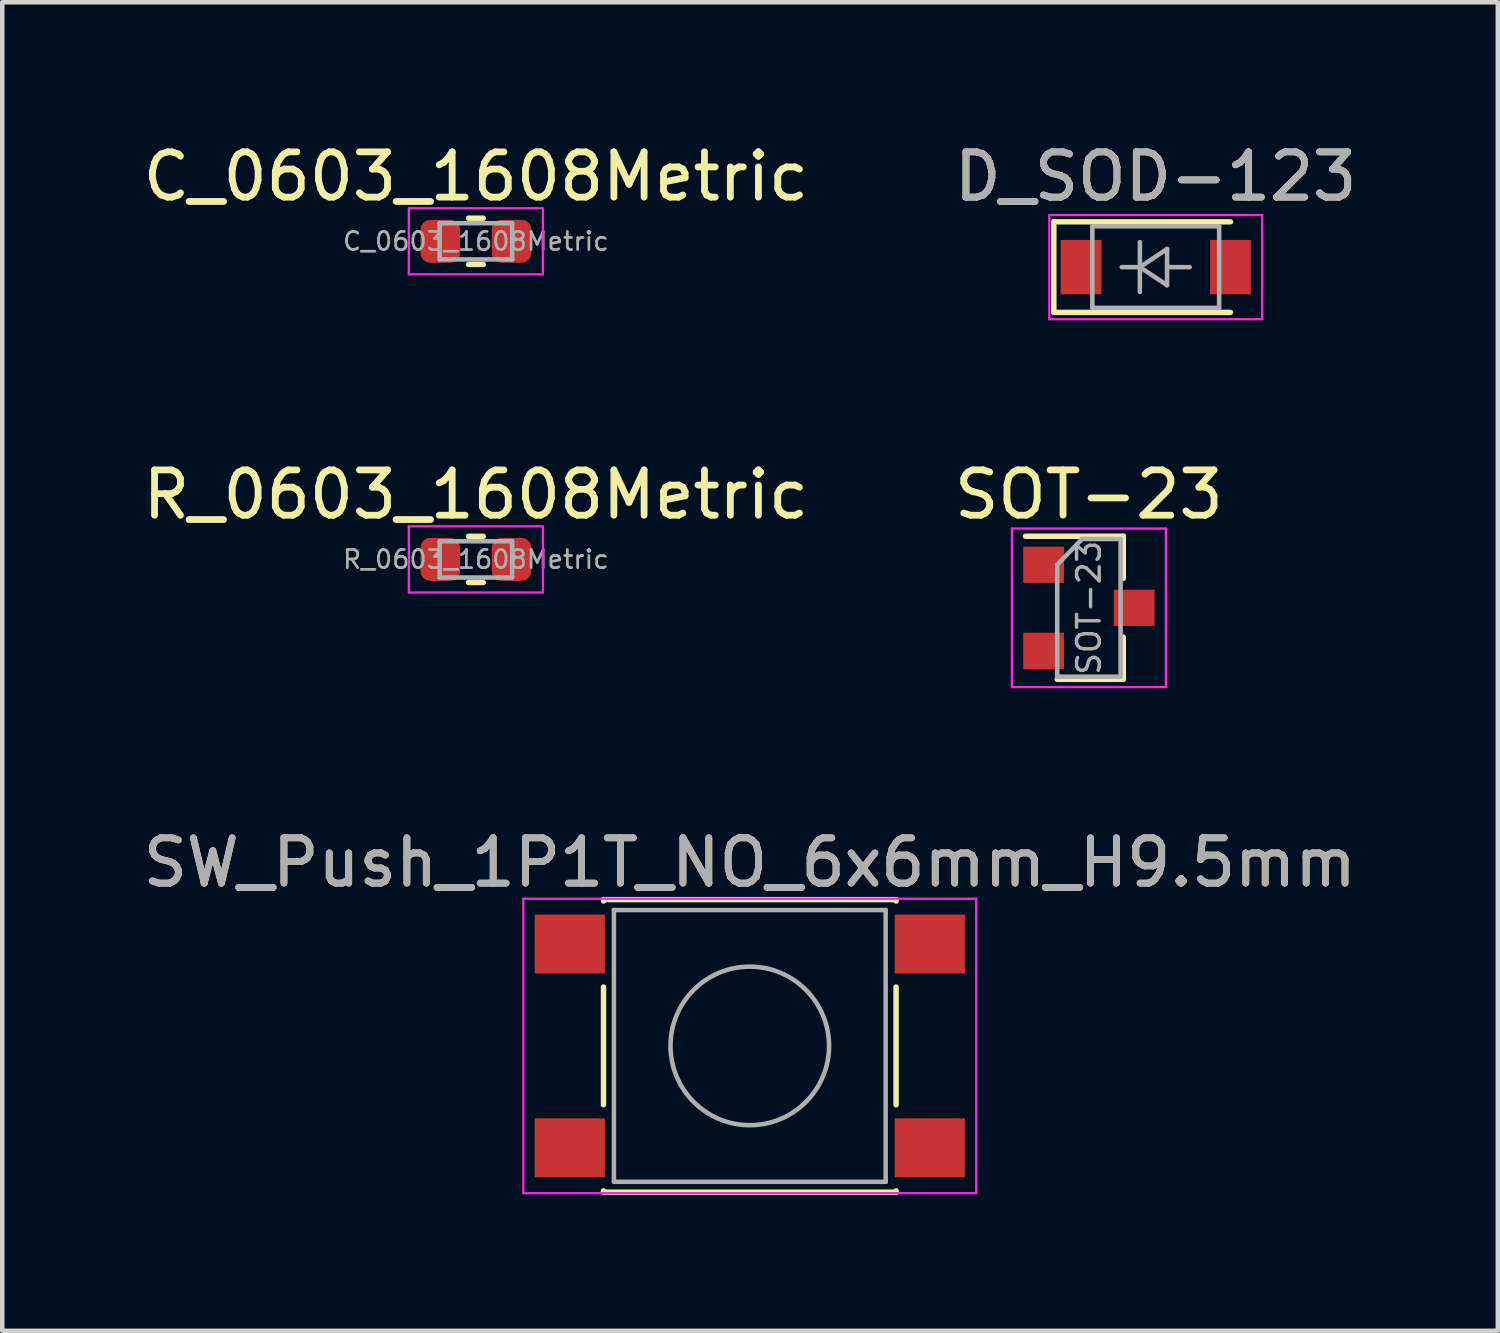
<source format=kicad_pcb>
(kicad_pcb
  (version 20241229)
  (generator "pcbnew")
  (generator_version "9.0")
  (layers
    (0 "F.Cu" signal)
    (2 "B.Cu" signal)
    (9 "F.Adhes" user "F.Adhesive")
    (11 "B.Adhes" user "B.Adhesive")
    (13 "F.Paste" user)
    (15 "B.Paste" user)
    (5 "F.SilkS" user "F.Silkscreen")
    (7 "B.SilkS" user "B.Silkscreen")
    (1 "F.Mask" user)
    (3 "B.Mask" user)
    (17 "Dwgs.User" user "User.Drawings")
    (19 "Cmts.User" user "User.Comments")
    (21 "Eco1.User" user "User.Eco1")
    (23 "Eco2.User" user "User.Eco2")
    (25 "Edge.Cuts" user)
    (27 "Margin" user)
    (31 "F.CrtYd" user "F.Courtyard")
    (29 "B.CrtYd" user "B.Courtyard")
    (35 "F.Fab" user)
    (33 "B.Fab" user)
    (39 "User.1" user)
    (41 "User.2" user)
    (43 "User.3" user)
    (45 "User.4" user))
  (footprint "R_0603_1608Metric"
    (layer "F.Cu")
    (at 7.458 9.302)
    (property "Reference" "R_0603_1608Metric" (at 0 -1.43 0) (layer "F.SilkS") (effects (font (size 1 1) (thickness 0.15))))
    (attr smd)
    (fp_line (start -0.163 -0.51) (end 0.163 -0.51) (stroke (width 0.12) (type solid)) (layer "F.SilkS"))
    (fp_line (start -0.163 0.51) (end 0.163 0.51) (stroke (width 0.12) (type solid)) (layer "F.SilkS"))
    (fp_line (start -1.48 -0.73) (end 1.48 -0.73) (stroke (width 0.05) (type solid)) (layer "F.CrtYd"))
    (fp_line (start -1.48 0.73) (end -1.48 -0.73) (stroke (width 0.05) (type solid)) (layer "F.CrtYd"))
    (fp_line (start 1.48 -0.73) (end 1.48 0.73) (stroke (width 0.05) (type solid)) (layer "F.CrtYd"))
    (fp_line (start 1.48 0.73) (end -1.48 0.73) (stroke (width 0.05) (type solid)) (layer "F.CrtYd"))
    (fp_line (start -0.8 -0.4) (end 0.8 -0.4) (stroke (width 0.1) (type solid)) (layer "F.Fab"))
    (fp_line (start -0.8 0.4) (end -0.8 -0.4) (stroke (width 0.1) (type solid)) (layer "F.Fab"))
    (fp_line (start 0.8 -0.4) (end 0.8 0.4) (stroke (width 0.1) (type solid)) (layer "F.Fab"))
    (fp_line (start 0.8 0.4) (end -0.8 0.4) (stroke (width 0.1) (type solid)) (layer "F.Fab"))
    (fp_text user "${REFERENCE}" (at 0 0 0) (layer "F.Fab") (effects (font (size 0.4 0.4) (thickness 0.06))))
    (pad "1" smd roundrect (at -0.787 0) (size 0.875 0.95) (layers "F.Cu" "F.Mask" "F.Paste") (roundrect_rratio 0.25))
    (pad "2" smd roundrect (at 0.787 0) (size 0.875 0.95) (layers "F.Cu" "F.Mask" "F.Paste") (roundrect_rratio 0.25)))
  (footprint "SOT-23"
    (layer "F.Cu")
    (at 20.994 10.371)
    (property "Reference" "SOT-23" (at 0 -2.5 0) (layer "F.SilkS") (effects (font (size 1 1) (thickness 0.15))))
    (attr smd)
    (fp_line (start 0.76 -1.58) (end -1.4 -1.58) (stroke (width 0.12) (type solid)) (layer "F.SilkS"))
    (fp_line (start 0.76 -1.58) (end 0.76 -0.65) (stroke (width 0.12) (type solid)) (layer "F.SilkS"))
    (fp_line (start 0.76 1.58) (end -0.7 1.58) (stroke (width 0.12) (type solid)) (layer "F.SilkS"))
    (fp_line (start 0.76 1.58) (end 0.76 0.65) (stroke (width 0.12) (type solid)) (layer "F.SilkS"))
    (fp_line (start -1.7 -1.75) (end 1.7 -1.75) (stroke (width 0.05) (type solid)) (layer "F.CrtYd"))
    (fp_line (start -1.7 1.75) (end -1.7 -1.75) (stroke (width 0.05) (type solid)) (layer "F.CrtYd"))
    (fp_line (start 1.7 -1.75) (end 1.7 1.75) (stroke (width 0.05) (type solid)) (layer "F.CrtYd"))
    (fp_line (start 1.7 1.75) (end -1.7 1.75) (stroke (width 0.05) (type solid)) (layer "F.CrtYd"))
    (fp_line (start -0.7 -0.95) (end -0.7 1.5) (stroke (width 0.1) (type solid)) (layer "F.Fab"))
    (fp_line (start -0.7 -0.95) (end -0.15 -1.52) (stroke (width 0.1) (type solid)) (layer "F.Fab"))
    (fp_line (start -0.7 1.52) (end 0.7 1.52) (stroke (width 0.1) (type solid)) (layer "F.Fab"))
    (fp_line (start -0.15 -1.52) (end 0.7 -1.52) (stroke (width 0.1) (type solid)) (layer "F.Fab"))
    (fp_line (start 0.7 -1.52) (end 0.7 1.52) (stroke (width 0.1) (type solid)) (layer "F.Fab"))
    (fp_text user "${REFERENCE}" (at 0 0 90) (layer "F.Fab") (effects (font (size 0.5 0.5) (thickness 0.075))))
    (pad "1" smd rect (at -1 -0.95) (size 0.9 0.8) (layers "F.Cu" "F.Mask" "F.Paste"))
    (pad "2" smd rect (at -1 0.95) (size 0.9 0.8) (layers "F.Cu" "F.Mask" "F.Paste"))
    (pad "3" smd rect (at 1 0) (size 0.9 0.8) (layers "F.Cu" "F.Mask" "F.Paste")))
  (footprint "C_0603_1608Metric"
    (layer "F.Cu")
    (at 7.458 2.278)
    (property "Reference" "C_0603_1608Metric" (at 0 -1.43 0) (layer "F.SilkS") (effects (font (size 1 1) (thickness 0.15))))
    (attr smd)
    (fp_line (start -0.163 -0.51) (end 0.163 -0.51) (stroke (width 0.12) (type solid)) (layer "F.SilkS"))
    (fp_line (start -0.163 0.51) (end 0.163 0.51) (stroke (width 0.12) (type solid)) (layer "F.SilkS"))
    (fp_line (start -1.48 -0.73) (end 1.48 -0.73) (stroke (width 0.05) (type solid)) (layer "F.CrtYd"))
    (fp_line (start -1.48 0.73) (end -1.48 -0.73) (stroke (width 0.05) (type solid)) (layer "F.CrtYd"))
    (fp_line (start 1.48 -0.73) (end 1.48 0.73) (stroke (width 0.05) (type solid)) (layer "F.CrtYd"))
    (fp_line (start 1.48 0.73) (end -1.48 0.73) (stroke (width 0.05) (type solid)) (layer "F.CrtYd"))
    (fp_line (start -0.8 -0.4) (end 0.8 -0.4) (stroke (width 0.1) (type solid)) (layer "F.Fab"))
    (fp_line (start -0.8 0.4) (end -0.8 -0.4) (stroke (width 0.1) (type solid)) (layer "F.Fab"))
    (fp_line (start 0.8 -0.4) (end 0.8 0.4) (stroke (width 0.1) (type solid)) (layer "F.Fab"))
    (fp_line (start 0.8 0.4) (end -0.8 0.4) (stroke (width 0.1) (type solid)) (layer "F.Fab"))
    (fp_text user "${REFERENCE}" (at 0 0 0) (layer "F.Fab") (effects (font (size 0.4 0.4) (thickness 0.06))))
    (pad "1" smd roundrect (at -0.787 0) (size 0.875 0.95) (layers "F.Cu" "F.Mask" "F.Paste") (roundrect_rratio 0.25))
    (pad "2" smd roundrect (at 0.787 0) (size 0.875 0.95) (layers "F.Cu" "F.Mask" "F.Paste") (roundrect_rratio 0.25)))
  (footprint "SW_Push_1P1T_NO_6x6mm_H9.5mm"
    (layer "F.Cu")
    (at 13.506 20.045)
    (property "Reference" "SW_Push_1P1T_NO_6x6mm_H9.5mm" (at 0 -4.05 0) (layer "F.SilkS") (effects (font (size 1 1) (thickness 0.15))))
    (attr smd)
    (fp_line (start -3.23 -3.23) (end 3.23 -3.23) (stroke (width 0.12) (type solid)) (layer "F.SilkS"))
    (fp_line (start -3.23 -3.2) (end -3.23 -3.23) (stroke (width 0.12) (type solid)) (layer "F.SilkS"))
    (fp_line (start -3.23 -1.3) (end -3.23 1.3) (stroke (width 0.12) (type solid)) (layer "F.SilkS"))
    (fp_line (start -3.23 3.23) (end -3.23 3.2) (stroke (width 0.12) (type solid)) (layer "F.SilkS"))
    (fp_line (start -3.23 3.23) (end 3.23 3.23) (stroke (width 0.12) (type solid)) (layer "F.SilkS"))
    (fp_line (start 3.23 -3.23) (end 3.23 -3.2) (stroke (width 0.12) (type solid)) (layer "F.SilkS"))
    (fp_line (start 3.23 -1.3) (end 3.23 1.3) (stroke (width 0.12) (type solid)) (layer "F.SilkS"))
    (fp_line (start 3.23 3.23) (end 3.23 3.2) (stroke (width 0.12) (type solid)) (layer "F.SilkS"))
    (fp_line (start -5 -3.25) (end -5 3.25) (stroke (width 0.05) (type solid)) (layer "F.CrtYd"))
    (fp_line (start -5 -3.25) (end 5 -3.25) (stroke (width 0.05) (type solid)) (layer "F.CrtYd"))
    (fp_line (start -5 3.25) (end 5 3.25) (stroke (width 0.05) (type solid)) (layer "F.CrtYd"))
    (fp_line (start 5 3.25) (end 5 -3.25) (stroke (width 0.05) (type solid)) (layer "F.CrtYd"))
    (fp_line (start -3 -3) (end -3 3) (stroke (width 0.1) (type solid)) (layer "F.Fab"))
    (fp_line (start -3 3) (end 3 3) (stroke (width 0.1) (type solid)) (layer "F.Fab"))
    (fp_line (start 3 -3) (end -3 -3) (stroke (width 0.1) (type solid)) (layer "F.Fab"))
    (fp_line (start 3 3) (end 3 -3) (stroke (width 0.1) (type solid)) (layer "F.Fab"))
    (fp_circle (center 0 0) (end 1.75 -0.05) (stroke (width 0.1) (type solid)) (fill no) (layer "F.Fab"))
    (fp_text user "${REFERENCE}" (at 0 -4.05 0) (layer "F.Fab") (effects (font (size 1 1) (thickness 0.15))))
    (pad "1" smd rect (at -3.975 -2.25) (size 1.55 1.3) (layers "F.Cu" "F.Mask" "F.Paste"))
    (pad "1" smd rect (at 3.975 -2.25) (size 1.55 1.3) (layers "F.Cu" "F.Mask" "F.Paste"))
    (pad "2" smd rect (at -3.975 2.25) (size 1.55 1.3) (layers "F.Cu" "F.Mask" "F.Paste"))
    (pad "2" smd rect (at 3.975 2.25) (size 1.55 1.3) (layers "F.Cu" "F.Mask" "F.Paste")))
  (footprint "D_SOD-123"
    (layer "F.Cu")
    (at 22.47 2.848)
    (property "Reference" "D_SOD-123" (at 0 -2 0) (layer "F.SilkS") (effects (font (size 1 1) (thickness 0.15))))
    (attr smd)
    (fp_line (start -2.25 -1) (end -2.25 1) (stroke (width 0.12) (type solid)) (layer "F.SilkS"))
    (fp_line (start -2.25 -1) (end 1.65 -1) (stroke (width 0.12) (type solid)) (layer "F.SilkS"))
    (fp_line (start -2.25 1) (end 1.65 1) (stroke (width 0.12) (type solid)) (layer "F.SilkS"))
    (fp_line (start -2.35 -1.15) (end -2.35 1.15) (stroke (width 0.05) (type solid)) (layer "F.CrtYd"))
    (fp_line (start -2.35 -1.15) (end 2.35 -1.15) (stroke (width 0.05) (type solid)) (layer "F.CrtYd"))
    (fp_line (start 2.35 -1.15) (end 2.35 1.15) (stroke (width 0.05) (type solid)) (layer "F.CrtYd"))
    (fp_line (start 2.35 1.15) (end -2.35 1.15) (stroke (width 0.05) (type solid)) (layer "F.CrtYd"))
    (fp_line (start -1.4 -0.9) (end 1.4 -0.9) (stroke (width 0.1) (type solid)) (layer "F.Fab"))
    (fp_line (start -1.4 0.9) (end -1.4 -0.9) (stroke (width 0.1) (type solid)) (layer "F.Fab"))
    (fp_line (start -0.75 0) (end -0.35 0) (stroke (width 0.1) (type solid)) (layer "F.Fab"))
    (fp_line (start -0.35 0) (end -0.35 -0.55) (stroke (width 0.1) (type solid)) (layer "F.Fab"))
    (fp_line (start -0.35 0) (end -0.35 0.55) (stroke (width 0.1) (type solid)) (layer "F.Fab"))
    (fp_line (start -0.35 0) (end 0.25 -0.4) (stroke (width 0.1) (type solid)) (layer "F.Fab"))
    (fp_line (start 0.25 -0.4) (end 0.25 0.4) (stroke (width 0.1) (type solid)) (layer "F.Fab"))
    (fp_line (start 0.25 0) (end 0.75 0) (stroke (width 0.1) (type solid)) (layer "F.Fab"))
    (fp_line (start 0.25 0.4) (end -0.35 0) (stroke (width 0.1) (type solid)) (layer "F.Fab"))
    (fp_line (start 1.4 -0.9) (end 1.4 0.9) (stroke (width 0.1) (type solid)) (layer "F.Fab"))
    (fp_line (start 1.4 0.9) (end -1.4 0.9) (stroke (width 0.1) (type solid)) (layer "F.Fab"))
    (fp_text user "${REFERENCE}" (at 0 -2 0) (layer "F.Fab") (effects (font (size 1 1) (thickness 0.15))))
    (pad "1" smd rect (at -1.65 0) (size 0.9 1.2) (layers "F.Cu" "F.Mask" "F.Paste"))
    (pad "2" smd rect (at 1.65 0) (size 0.9 1.2) (layers "F.Cu" "F.Mask" "F.Paste")))
  (gr_rect
    (start -3 -3)
    (end 30.024 26.335)
    (stroke (width 0.1) (type default))
    (fill no)
    (layer "Edge.Cuts")))
</source>
